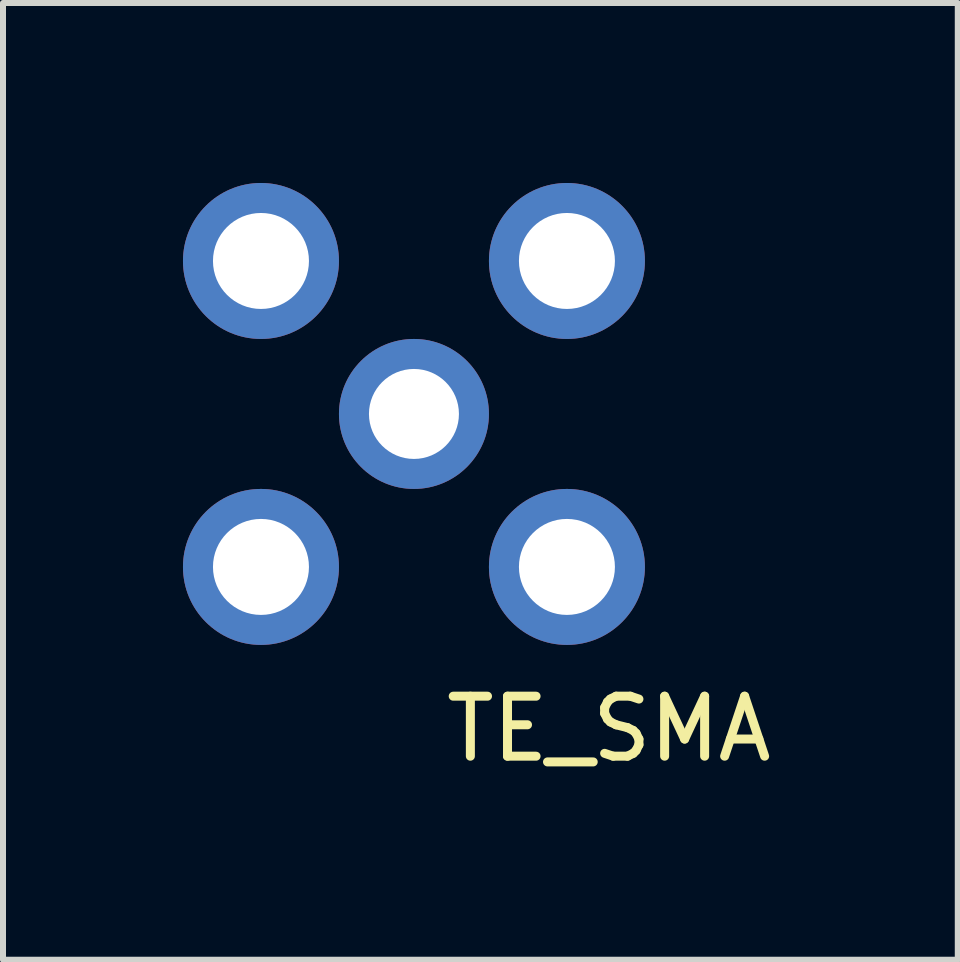
<source format=kicad_pcb>
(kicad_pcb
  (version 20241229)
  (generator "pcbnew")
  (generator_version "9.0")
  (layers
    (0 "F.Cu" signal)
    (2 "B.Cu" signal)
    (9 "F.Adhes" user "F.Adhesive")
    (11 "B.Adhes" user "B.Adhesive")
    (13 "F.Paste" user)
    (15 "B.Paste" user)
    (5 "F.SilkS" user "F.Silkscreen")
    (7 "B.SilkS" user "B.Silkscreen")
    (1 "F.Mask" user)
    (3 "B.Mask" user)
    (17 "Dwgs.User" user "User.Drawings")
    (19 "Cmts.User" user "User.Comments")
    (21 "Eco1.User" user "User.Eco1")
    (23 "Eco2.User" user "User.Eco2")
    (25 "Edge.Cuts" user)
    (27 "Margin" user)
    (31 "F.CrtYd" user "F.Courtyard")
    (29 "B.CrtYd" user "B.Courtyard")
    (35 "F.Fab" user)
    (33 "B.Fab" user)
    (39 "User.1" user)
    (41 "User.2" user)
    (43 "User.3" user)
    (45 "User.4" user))
  (footprint "TE_SMA"
    (layer "F.Cu")
    (at 3.85 3.85)
    (property "Reference" "TE_SMA" (at 3.25 5.25 0) (layer "F.SilkS") (effects (font (size 1 1) (thickness 0.15))))
    (attr through_hole)
    (pad "1" thru_hole circle (at 0 0) (size 2.5 2.5) (drill 1.5) (layers "*.Cu" "*.Mask"))
    (pad "2" thru_hole circle (at 2.55 -2.55) (size 2.6 2.6) (drill 1.6) (layers "*.Cu" "*.Mask"))
    (pad "3" thru_hole circle (at 2.55 2.55) (size 2.6 2.6) (drill 1.6) (layers "*.Cu" "*.Mask"))
    (pad "4" thru_hole circle (at -2.55 2.55) (size 2.6 2.6) (drill 1.6) (layers "*.Cu" "*.Mask"))
    (pad "5" thru_hole circle (at -2.55 -2.55) (size 2.6 2.6) (drill 1.6) (layers "*.Cu" "*.Mask")))
  (gr_rect
    (start -3 -3)
    (end 12.915 12.948)
    (stroke (width 0.1) (type default))
    (fill no)
    (layer "Edge.Cuts")))
</source>
